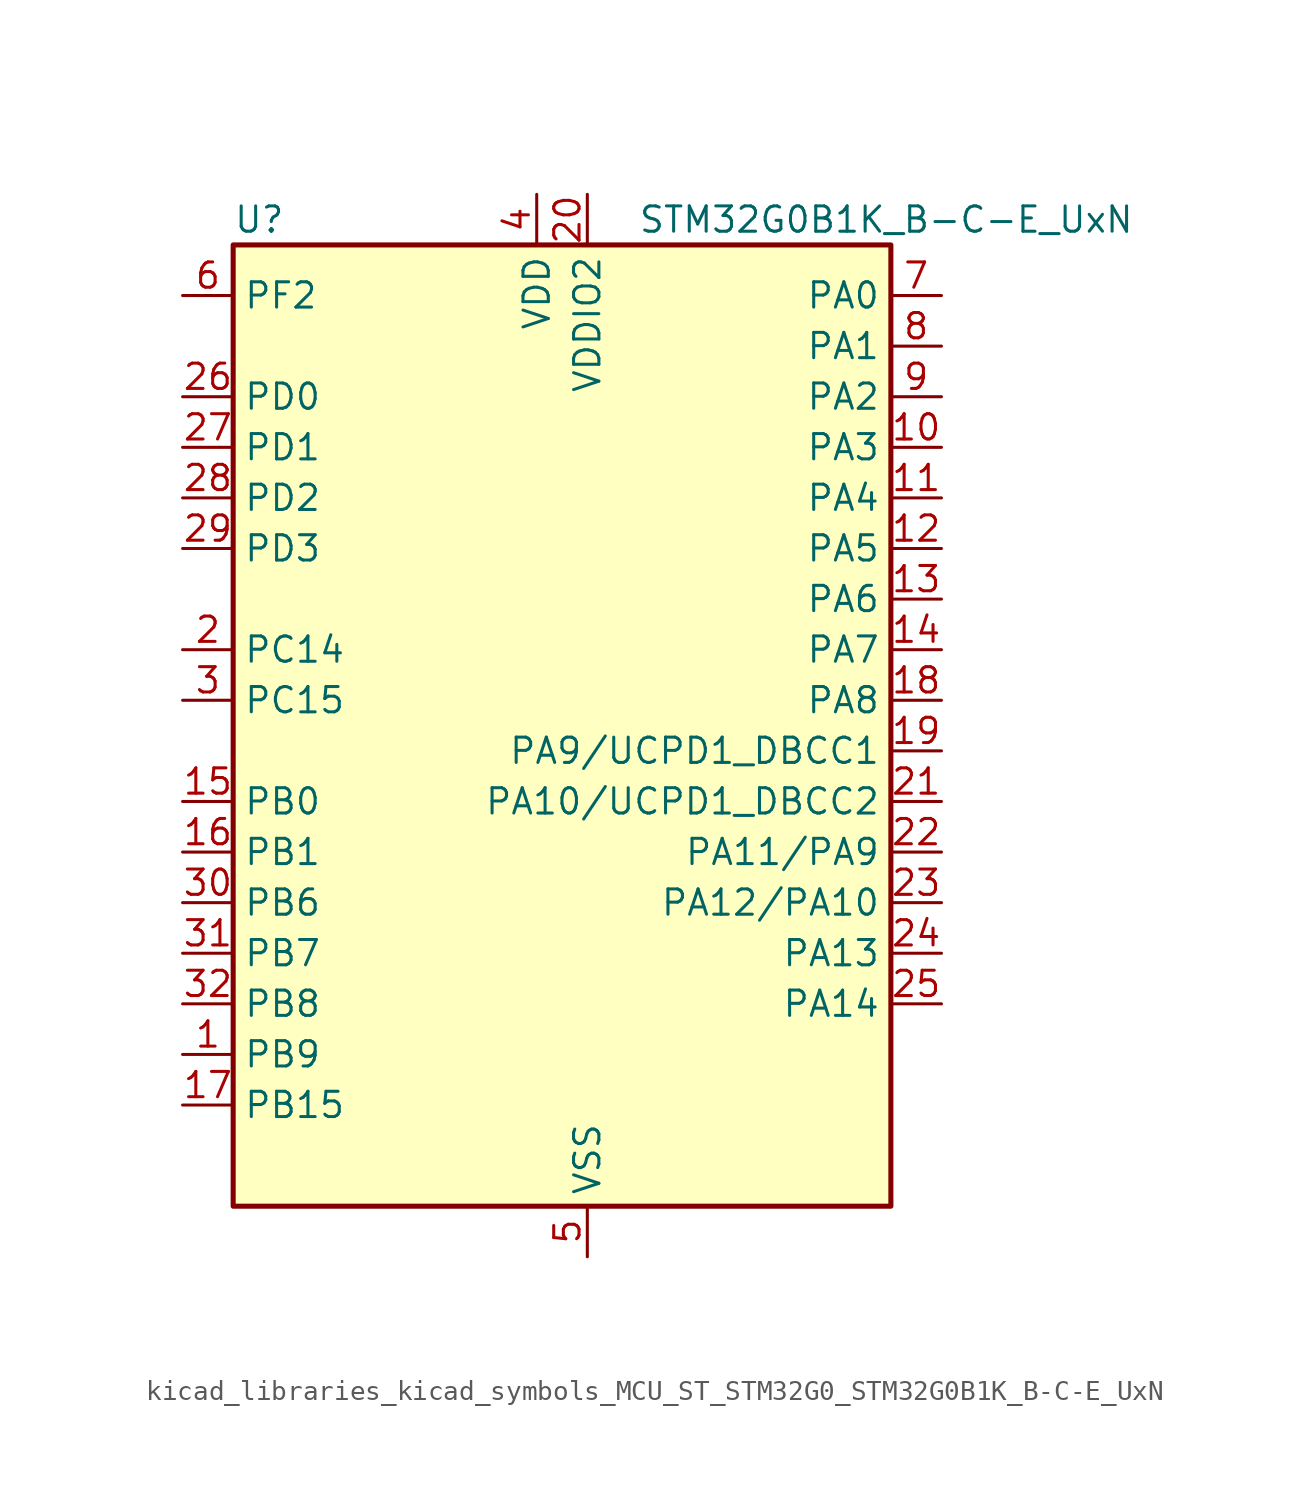
<source format=kicad_sym>
(kicad_symbol_lib
  (version 20220914)
  (generator kicad_symbol_editor)
  (symbol "kicad_libraries_kicad_symbols_MCU_ST_STM32G0_STM32G0B1K_B-C-E_UxN"
    (property "Reference" "U"
      (at -15.24 26.67 0)
      (effects (font (size 1.27 1.27)) (justify left)))
    (property "Value" "STM32G0B1K_B-C-E_UxN"
      (at 5.08 26.67 0)
      (effects (font (size 1.27 1.27)) (justify left)))
    (property "ki_locked" ""
      (at 0 0 0)
      (effects (font (size 1.27 1.27))))
    (symbol "kicad_libraries_kicad_symbols_MCU_ST_STM32G0_STM32G0B1K_B-C-E_UxN_0_1"
      (rectangle (start -15.24 -22.86) (end 17.78 25.4) (stroke (width 0.254) (type default)) (fill (type background))))
    (symbol "kicad_libraries_kicad_symbols_MCU_ST_STM32G0_STM32G0B1K_B-C-E_UxN_1_1"
      (pin bidirectional line (at -17.78 -15.24 0) (length 2.54) (name "PB9" (effects (font (size 1.27 1.27)))) (number "1" (effects (font (size 1.27 1.27)))) (alternate "DAC1_EXTI9" bidirectional line) (alternate "FDCAN1_TX" bidirectional line) (alternate "I2C1_SDA" bidirectional line) (alternate "I2S2_WS" bidirectional line) (alternate "IR_OUT" bidirectional line) (alternate "SPI2_NSS" bidirectional line) (alternate "TIM17_CH1" bidirectional line) (alternate "TIM4_CH4" bidirectional line) (alternate "UCPD2_FRSTX1" bidirectional line) (alternate "UCPD2_FRSTX2" bidirectional line) (alternate "USART3_RX" bidirectional line) (alternate "USART6_RX" bidirectional line))
      (pin bidirectional line (at 20.32 15.24 180) (length 2.54) (name "PA3" (effects (font (size 1.27 1.27)))) (number "10" (effects (font (size 1.27 1.27)))) (alternate "ADC1_IN3" bidirectional line) (alternate "COMP2_INP" bidirectional line) (alternate "I2S2_MCK" bidirectional line) (alternate "LPUART1_RX" bidirectional line) (alternate "SPI2_MISO" bidirectional line) (alternate "TIM15_CH2" bidirectional line) (alternate "TIM2_CH4" bidirectional line) (alternate "UCPD2_FRSTX1" bidirectional line) (alternate "UCPD2_FRSTX2" bidirectional line) (alternate "USART2_RX" bidirectional line))
      (pin bidirectional line (at 20.32 12.7 180) (length 2.54) (name "PA4" (effects (font (size 1.27 1.27)))) (number "11" (effects (font (size 1.27 1.27)))) (alternate "ADC1_IN4" bidirectional line) (alternate "DAC1_OUT1" bidirectional line) (alternate "I2S1_WS" bidirectional line) (alternate "I2S2_SD" bidirectional line) (alternate "LPTIM2_OUT" bidirectional line) (alternate "RTC_OUT1" bidirectional line) (alternate "RTC_TAMP_IN1" bidirectional line) (alternate "RTC_TS" bidirectional line) (alternate "SPI1_NSS" bidirectional line) (alternate "SPI2_MOSI" bidirectional line) (alternate "SYS_WKUP2" bidirectional line) (alternate "TIM14_CH1" bidirectional line) (alternate "UCPD2_FRSTX1" bidirectional line) (alternate "UCPD2_FRSTX2" bidirectional line) (alternate "USART6_TX" bidirectional line) (alternate "USB_NOE" bidirectional line))
      (pin bidirectional line (at 20.32 10.16 180) (length 2.54) (name "PA5" (effects (font (size 1.27 1.27)))) (number "12" (effects (font (size 1.27 1.27)))) (alternate "ADC1_IN5" bidirectional line) (alternate "CEC" bidirectional line) (alternate "DAC1_OUT2" bidirectional line) (alternate "I2S1_CK" bidirectional line) (alternate "LPTIM2_ETR" bidirectional line) (alternate "SPI1_SCK" bidirectional line) (alternate "TIM2_CH1" bidirectional line) (alternate "TIM2_ETR" bidirectional line) (alternate "UCPD1_FRSTX1" bidirectional line) (alternate "UCPD1_FRSTX2" bidirectional line) (alternate "USART3_TX" bidirectional line) (alternate "USART6_RX" bidirectional line))
      (pin bidirectional line (at 20.32 7.62 180) (length 2.54) (name "PA6" (effects (font (size 1.27 1.27)))) (number "13" (effects (font (size 1.27 1.27)))) (alternate "ADC1_IN6" bidirectional line) (alternate "COMP1_OUT" bidirectional line) (alternate "I2C2_SDA" bidirectional line) (alternate "I2C3_SDA" bidirectional line) (alternate "I2S1_MCK" bidirectional line) (alternate "LPUART1_CTS" bidirectional line) (alternate "SPI1_MISO" bidirectional line) (alternate "TIM16_CH1" bidirectional line) (alternate "TIM1_BK" bidirectional line) (alternate "TIM3_CH1" bidirectional line) (alternate "USART3_CTS" bidirectional line) (alternate "USART3_NSS" bidirectional line) (alternate "USART6_CTS" bidirectional line) (alternate "USART6_NSS" bidirectional line))
      (pin bidirectional line (at 20.32 5.08 180) (length 2.54) (name "PA7" (effects (font (size 1.27 1.27)))) (number "14" (effects (font (size 1.27 1.27)))) (alternate "ADC1_IN7" bidirectional line) (alternate "COMP2_OUT" bidirectional line) (alternate "I2C2_SCL" bidirectional line) (alternate "I2C3_SCL" bidirectional line) (alternate "I2S1_SD" bidirectional line) (alternate "SPI1_MOSI" bidirectional line) (alternate "TIM14_CH1" bidirectional line) (alternate "TIM17_CH1" bidirectional line) (alternate "TIM1_CH1N" bidirectional line) (alternate "TIM3_CH2" bidirectional line) (alternate "UCPD1_FRSTX1" bidirectional line) (alternate "UCPD1_FRSTX2" bidirectional line) (alternate "USART6_CK" bidirectional line) (alternate "USART6_DE" bidirectional line) (alternate "USART6_RTS" bidirectional line))
      (pin bidirectional line (at -17.78 -2.54 0) (length 2.54) (name "PB0" (effects (font (size 1.27 1.27)))) (number "15" (effects (font (size 1.27 1.27)))) (alternate "ADC1_IN8" bidirectional line) (alternate "COMP1_OUT" bidirectional line) (alternate "COMP3_INP" bidirectional line) (alternate "FDCAN2_RX" bidirectional line) (alternate "I2S1_WS" bidirectional line) (alternate "LPTIM1_OUT" bidirectional line) (alternate "LPUART2_CTS" bidirectional line) (alternate "SPI1_NSS" bidirectional line) (alternate "TIM1_CH2N" bidirectional line) (alternate "TIM3_CH3" bidirectional line) (alternate "UCPD1_FRSTX1" bidirectional line) (alternate "UCPD1_FRSTX2" bidirectional line) (alternate "USART3_RX" bidirectional line) (alternate "USART5_TX" bidirectional line))
      (pin bidirectional line (at -17.78 -5.08 0) (length 2.54) (name "PB1" (effects (font (size 1.27 1.27)))) (number "16" (effects (font (size 1.27 1.27)))) (alternate "ADC1_IN9" bidirectional line) (alternate "COMP1_INM" bidirectional line) (alternate "COMP3_OUT" bidirectional line) (alternate "FDCAN2_TX" bidirectional line) (alternate "LPTIM2_IN1" bidirectional line) (alternate "LPUART1_DE" bidirectional line) (alternate "LPUART1_RTS" bidirectional line) (alternate "LPUART2_DE" bidirectional line) (alternate "LPUART2_RTS" bidirectional line) (alternate "TIM14_CH1" bidirectional line) (alternate "TIM1_CH3N" bidirectional line) (alternate "TIM3_CH4" bidirectional line) (alternate "USART3_CK" bidirectional line) (alternate "USART3_DE" bidirectional line) (alternate "USART3_RTS" bidirectional line) (alternate "USART5_RX" bidirectional line))
      (pin bidirectional line (at -17.78 -17.78 0) (length 2.54) (name "PB15" (effects (font (size 1.27 1.27)))) (number "17" (effects (font (size 1.27 1.27)))) (alternate "I2S2_SD" bidirectional line) (alternate "RTC_REFIN" bidirectional line) (alternate "SPI2_MOSI" bidirectional line) (alternate "TIM15_CH1N" bidirectional line) (alternate "TIM15_CH2" bidirectional line) (alternate "TIM1_CH3N" bidirectional line) (alternate "UCPD1_CC2" bidirectional line) (alternate "USART6_CTS" bidirectional line) (alternate "USART6_NSS" bidirectional line))
      (pin bidirectional line (at 20.32 2.54 180) (length 2.54) (name "PA8" (effects (font (size 1.27 1.27)))) (number "18" (effects (font (size 1.27 1.27)))) (alternate "CRS1_SYNC" bidirectional line) (alternate "I2C2_SMBA" bidirectional line) (alternate "I2S2_WS" bidirectional line) (alternate "LPTIM2_OUT" bidirectional line) (alternate "RCC_MCO" bidirectional line) (alternate "SPI2_NSS" bidirectional line) (alternate "TIM1_CH1" bidirectional line) (alternate "UCPD1_CC1" bidirectional line))
      (pin bidirectional line (at 20.32 0 180) (length 2.54) (name "PA9/UCPD1_DBCC1" (effects (font (size 1.27 1.27)))) (number "19" (effects (font (size 1.27 1.27)))) (alternate "DAC1_EXTI9" bidirectional line) (alternate "I2C1_SCL" bidirectional line) (alternate "I2C2_SCL" bidirectional line) (alternate "I2S2_MCK" bidirectional line) (alternate "RCC_MCO" bidirectional line) (alternate "SPI2_MISO" bidirectional line) (alternate "TIM15_BK" bidirectional line) (alternate "TIM1_CH2" bidirectional line) (alternate "UCPD1_DBCC1" bidirectional line) (alternate "USART1_TX" bidirectional line))
      (pin bidirectional line (at -17.78 5.08 0) (length 2.54) (name "PC14" (effects (font (size 1.27 1.27)))) (number "2" (effects (font (size 1.27 1.27)))) (alternate "RCC_OSC32_IN" bidirectional line) (alternate "RCC_OSC_IN" bidirectional line) (alternate "TIM1_BK2" bidirectional line))
      (pin power_in line (at 2.54 27.94 270) (length 2.54) (name "VDDIO2" (effects (font (size 1.27 1.27)))) (number "20" (effects (font (size 1.27 1.27)))))
      (pin bidirectional line (at 20.32 -2.54 180) (length 2.54) (name "PA10/UCPD1_DBCC2" (effects (font (size 1.27 1.27)))) (number "21" (effects (font (size 1.27 1.27)))) (alternate "I2C1_SDA" bidirectional line) (alternate "I2C2_SDA" bidirectional line) (alternate "I2S2_SD" bidirectional line) (alternate "RCC_MCO_2" bidirectional line) (alternate "SPI2_MOSI" bidirectional line) (alternate "TIM17_BK" bidirectional line) (alternate "TIM1_CH3" bidirectional line) (alternate "UCPD1_DBCC2" bidirectional line) (alternate "USART1_RX" bidirectional line))
      (pin bidirectional line (at 20.32 -5.08 180) (length 2.54) (name "PA11/PA9" (effects (font (size 1.27 1.27)))) (number "22" (effects (font (size 1.27 1.27)))) (alternate "ADC1_EXTI11" bidirectional line) (alternate "COMP1_OUT" bidirectional line) (alternate "FDCAN1_RX" bidirectional line) (alternate "I2C2_SCL" bidirectional line) (alternate "I2S1_MCK" bidirectional line) (alternate "SPI1_MISO" bidirectional line) (alternate "TIM1_BK2" bidirectional line) (alternate "TIM1_CH4" bidirectional line) (alternate "USART1_CTS" bidirectional line) (alternate "USART1_NSS" bidirectional line) (alternate "USB_DM" bidirectional line))
      (pin bidirectional line (at 20.32 -7.62 180) (length 2.54) (name "PA12/PA10" (effects (font (size 1.27 1.27)))) (number "23" (effects (font (size 1.27 1.27)))) (alternate "COMP2_OUT" bidirectional line) (alternate "FDCAN1_TX" bidirectional line) (alternate "I2C2_SDA" bidirectional line) (alternate "I2S1_SD" bidirectional line) (alternate "I2S_CKIN" bidirectional line) (alternate "SPI1_MOSI" bidirectional line) (alternate "TIM1_ETR" bidirectional line) (alternate "USART1_CK" bidirectional line) (alternate "USART1_DE" bidirectional line) (alternate "USART1_RTS" bidirectional line) (alternate "USB_DP" bidirectional line))
      (pin bidirectional line (at 20.32 -10.16 180) (length 2.54) (name "PA13" (effects (font (size 1.27 1.27)))) (number "24" (effects (font (size 1.27 1.27)))) (alternate "IR_OUT" bidirectional line) (alternate "LPUART2_RX" bidirectional line) (alternate "SYS_SWDIO" bidirectional line) (alternate "USB_NOE" bidirectional line))
      (pin bidirectional line (at 20.32 -12.7 180) (length 2.54) (name "PA14" (effects (font (size 1.27 1.27)))) (number "25" (effects (font (size 1.27 1.27)))) (alternate "LPUART2_TX" bidirectional line) (alternate "SYS_SWCLK" bidirectional line) (alternate "USART2_TX" bidirectional line))
      (pin bidirectional line (at -17.78 17.78 0) (length 2.54) (name "PD0" (effects (font (size 1.27 1.27)))) (number "26" (effects (font (size 1.27 1.27)))) (alternate "FDCAN1_RX" bidirectional line) (alternate "I2S2_WS" bidirectional line) (alternate "SPI2_NSS" bidirectional line) (alternate "TIM16_CH1" bidirectional line) (alternate "UCPD2_CC1" bidirectional line))
      (pin bidirectional line (at -17.78 15.24 0) (length 2.54) (name "PD1" (effects (font (size 1.27 1.27)))) (number "27" (effects (font (size 1.27 1.27)))) (alternate "FDCAN1_TX" bidirectional line) (alternate "I2S2_CK" bidirectional line) (alternate "SPI2_SCK" bidirectional line) (alternate "TIM17_CH1" bidirectional line) (alternate "UCPD2_DBCC1" bidirectional line))
      (pin bidirectional line (at -17.78 12.7 0) (length 2.54) (name "PD2" (effects (font (size 1.27 1.27)))) (number "28" (effects (font (size 1.27 1.27)))) (alternate "TIM1_CH1N" bidirectional line) (alternate "TIM3_ETR" bidirectional line) (alternate "UCPD2_CC2" bidirectional line) (alternate "USART3_CK" bidirectional line) (alternate "USART3_DE" bidirectional line) (alternate "USART3_RTS" bidirectional line) (alternate "USART5_RX" bidirectional line))
      (pin bidirectional line (at -17.78 10.16 0) (length 2.54) (name "PD3" (effects (font (size 1.27 1.27)))) (number "29" (effects (font (size 1.27 1.27)))) (alternate "I2S2_MCK" bidirectional line) (alternate "SPI2_MISO" bidirectional line) (alternate "TIM1_CH2N" bidirectional line) (alternate "UCPD2_DBCC2" bidirectional line) (alternate "USART2_CTS" bidirectional line) (alternate "USART2_NSS" bidirectional line) (alternate "USART5_TX" bidirectional line))
      (pin bidirectional line (at -17.78 2.54 0) (length 2.54) (name "PC15" (effects (font (size 1.27 1.27)))) (number "3" (effects (font (size 1.27 1.27)))) (alternate "RCC_OSC32_EN" bidirectional line) (alternate "RCC_OSC32_OUT" bidirectional line) (alternate "RCC_OSC_EN" bidirectional line) (alternate "TIM15_BK" bidirectional line))
      (pin bidirectional line (at -17.78 -7.62 0) (length 2.54) (name "PB6" (effects (font (size 1.27 1.27)))) (number "30" (effects (font (size 1.27 1.27)))) (alternate "COMP2_INP" bidirectional line) (alternate "FDCAN2_TX" bidirectional line) (alternate "I2C1_SCL" bidirectional line) (alternate "I2S2_MCK" bidirectional line) (alternate "LPTIM1_ETR" bidirectional line) (alternate "LPUART2_TX" bidirectional line) (alternate "SPI2_MISO" bidirectional line) (alternate "TIM16_CH1N" bidirectional line) (alternate "TIM1_CH3" bidirectional line) (alternate "TIM4_CH1" bidirectional line) (alternate "USART1_TX" bidirectional line) (alternate "USART5_CTS" bidirectional line) (alternate "USART5_NSS" bidirectional line))
      (pin bidirectional line (at -17.78 -10.16 0) (length 2.54) (name "PB7" (effects (font (size 1.27 1.27)))) (number "31" (effects (font (size 1.27 1.27)))) (alternate "COMP2_INM" bidirectional line) (alternate "I2C1_SDA" bidirectional line) (alternate "I2S2_SD" bidirectional line) (alternate "LPTIM1_IN2" bidirectional line) (alternate "LPUART2_RX" bidirectional line) (alternate "SPI2_MOSI" bidirectional line) (alternate "SYS_PVD_IN" bidirectional line) (alternate "TIM17_CH1N" bidirectional line) (alternate "TIM4_CH2" bidirectional line) (alternate "USART1_RX" bidirectional line) (alternate "USART4_CTS" bidirectional line) (alternate "USART4_NSS" bidirectional line))
      (pin bidirectional line (at -17.78 -12.7 0) (length 2.54) (name "PB8" (effects (font (size 1.27 1.27)))) (number "32" (effects (font (size 1.27 1.27)))) (alternate "CEC" bidirectional line) (alternate "FDCAN1_RX" bidirectional line) (alternate "I2C1_SCL" bidirectional line) (alternate "I2S2_CK" bidirectional line) (alternate "SPI2_SCK" bidirectional line) (alternate "TIM15_BK" bidirectional line) (alternate "TIM16_CH1" bidirectional line) (alternate "TIM4_CH3" bidirectional line) (alternate "USART3_TX" bidirectional line) (alternate "USART6_TX" bidirectional line))
      (pin passive line (at 2.54 -25.4 90) (length 2.54) hide (name "VSS" (effects (font (size 1.27 1.27)))) (number "33" (effects (font (size 1.27 1.27)))))
      (pin power_in line (at 0 27.94 270) (length 2.54) (name "VDD" (effects (font (size 1.27 1.27)))) (number "4" (effects (font (size 1.27 1.27)))))
      (pin power_in line (at 2.54 -25.4 90) (length 2.54) (name "VSS" (effects (font (size 1.27 1.27)))) (number "5" (effects (font (size 1.27 1.27)))))
      (pin bidirectional line (at -17.78 22.86 0) (length 2.54) (name "PF2" (effects (font (size 1.27 1.27)))) (number "6" (effects (font (size 1.27 1.27)))) (alternate "LPUART2_DE" bidirectional line) (alternate "LPUART2_RTS" bidirectional line) (alternate "LPUART2_TX" bidirectional line) (alternate "RCC_MCO" bidirectional line))
      (pin bidirectional line (at 20.32 22.86 180) (length 2.54) (name "PA0" (effects (font (size 1.27 1.27)))) (number "7" (effects (font (size 1.27 1.27)))) (alternate "ADC1_IN0" bidirectional line) (alternate "COMP1_INM" bidirectional line) (alternate "COMP1_OUT" bidirectional line) (alternate "I2S2_CK" bidirectional line) (alternate "LPTIM1_OUT" bidirectional line) (alternate "RTC_TAMP_IN2" bidirectional line) (alternate "SPI2_SCK" bidirectional line) (alternate "SYS_WKUP1" bidirectional line) (alternate "TIM2_CH1" bidirectional line) (alternate "TIM2_ETR" bidirectional line) (alternate "UCPD2_FRSTX1" bidirectional line) (alternate "UCPD2_FRSTX2" bidirectional line) (alternate "USART2_CTS" bidirectional line) (alternate "USART2_NSS" bidirectional line) (alternate "USART4_TX" bidirectional line))
      (pin bidirectional line (at 20.32 20.32 180) (length 2.54) (name "PA1" (effects (font (size 1.27 1.27)))) (number "8" (effects (font (size 1.27 1.27)))) (alternate "ADC1_IN1" bidirectional line) (alternate "COMP1_INP" bidirectional line) (alternate "I2C1_SMBA" bidirectional line) (alternate "I2S1_CK" bidirectional line) (alternate "SPI1_SCK" bidirectional line) (alternate "TIM15_CH1N" bidirectional line) (alternate "TIM2_CH2" bidirectional line) (alternate "USART2_CK" bidirectional line) (alternate "USART2_DE" bidirectional line) (alternate "USART2_RTS" bidirectional line) (alternate "USART4_RX" bidirectional line))
      (pin bidirectional line (at 20.32 17.78 180) (length 2.54) (name "PA2" (effects (font (size 1.27 1.27)))) (number "9" (effects (font (size 1.27 1.27)))) (alternate "ADC1_IN2" bidirectional line) (alternate "COMP2_INM" bidirectional line) (alternate "COMP2_OUT" bidirectional line) (alternate "I2S1_SD" bidirectional line) (alternate "LPUART1_TX" bidirectional line) (alternate "RCC_LSCO" bidirectional line) (alternate "SPI1_MOSI" bidirectional line) (alternate "SYS_WKUP4" bidirectional line) (alternate "TIM15_CH1" bidirectional line) (alternate "TIM2_CH3" bidirectional line) (alternate "UCPD1_FRSTX1" bidirectional line) (alternate "UCPD1_FRSTX2" bidirectional line) (alternate "USART2_TX" bidirectional line)))))
</source>
